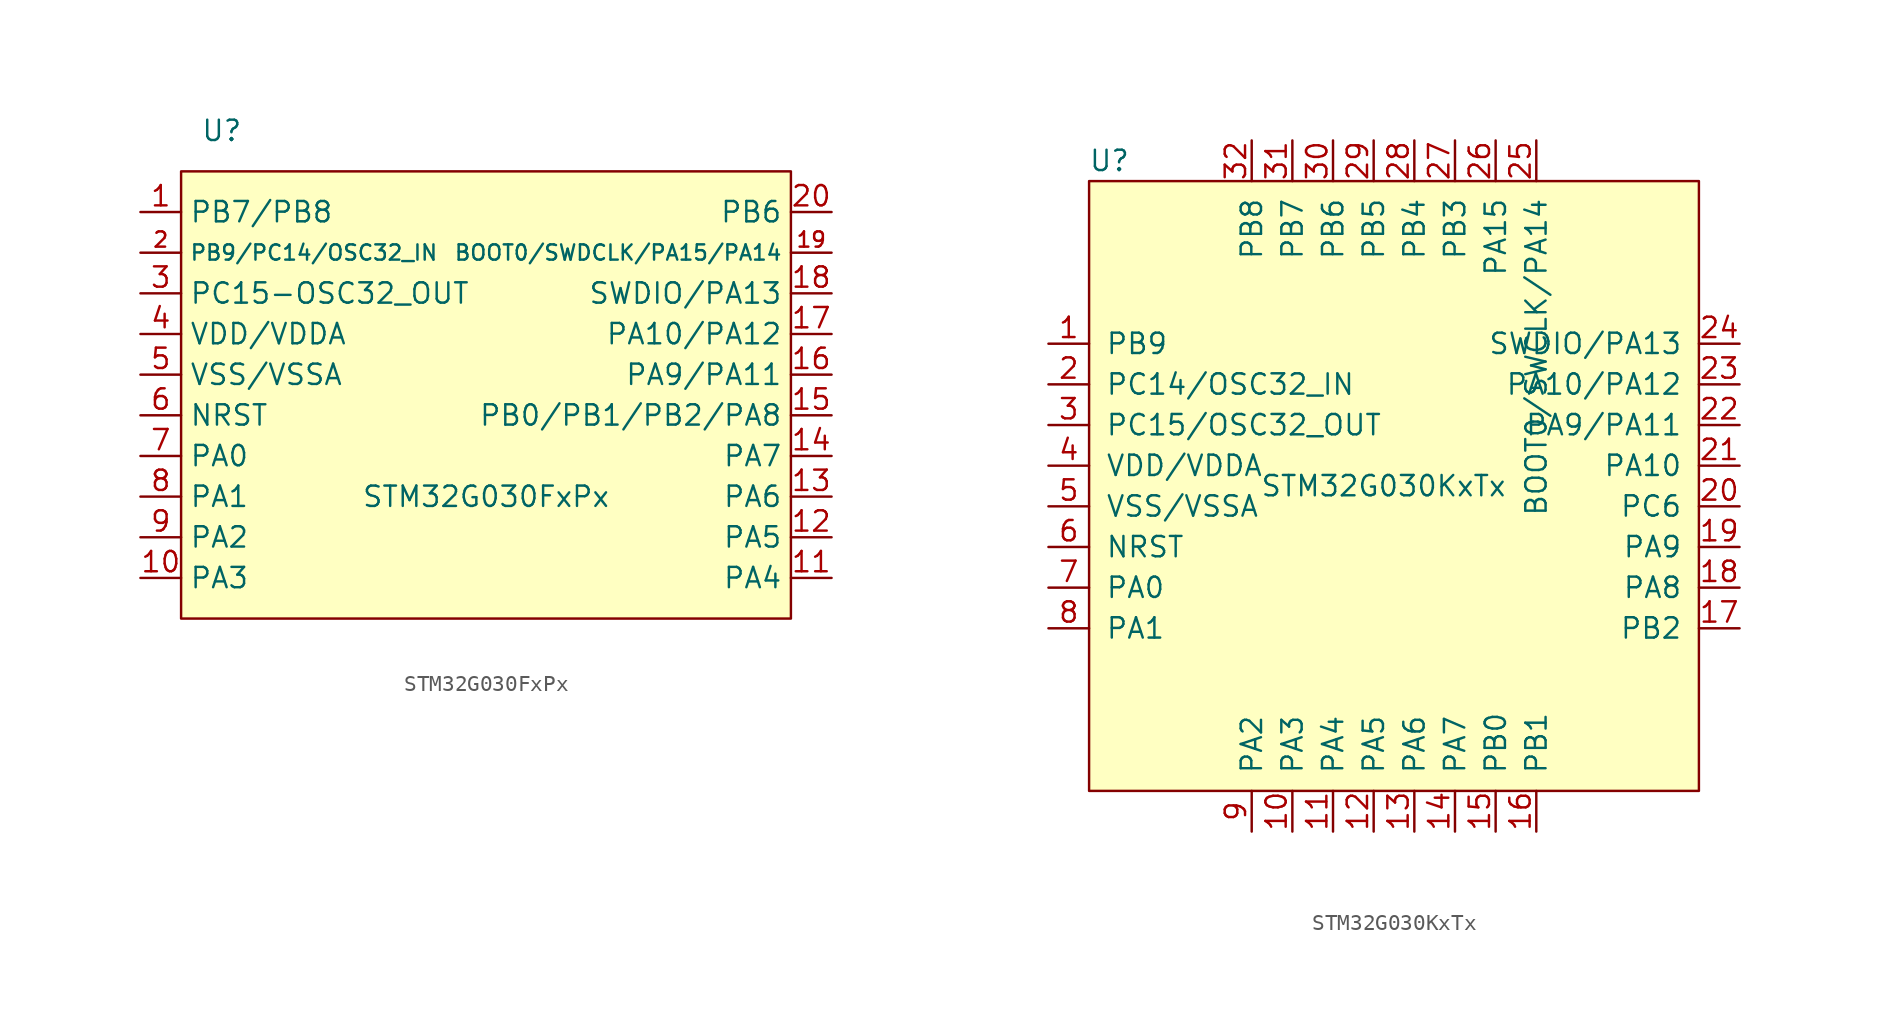
<source format=kicad_sym>
(kicad_symbol_lib
  (version 20241209)
  (generator "kicad_symbol_editor")
  (generator_version "9.0")
  (symbol "STM32G030FxPx"
    (property "Reference" "U"
      (at 2.54 30.48 0)
      (effects (font (size 1.27 1.27))))
    (property "Value" "STM32G030FxPx"
      (at 19.05 7.62 0)
      (effects (font (size 1.27 1.27))))
    (symbol "STM32G030FxPx_0_1"
      (rectangle (start 0 27.94) (end 38.1 0) (stroke (width 0) (type default)) (fill (type background))))
    (symbol "STM32G030FxPx_1_1"
      (pin bidirectional line (at -2.54 25.4 0) (length 2.54) (name "PB7/PB8" (effects (font (size 1.27 1.27)))) (number "1" (effects (font (size 1.27 1.27)))))
      (pin bidirectional line (at -2.54 22.86 0) (length 2.54) (name "PB9/PC14/OSC32_IN" (effects (font (size 0.953 0.953)))) (number "2" (effects (font (size 0.953 0.953)))))
      (pin bidirectional line (at -2.54 20.32 0) (length 2.54) (name "PC15-OSC32_OUT" (effects (font (size 1.27 1.27)))) (number "3" (effects (font (size 1.27 1.27)))))
      (pin power_in line (at -2.54 17.78 0) (length 2.54) (name "VDD/VDDA" (effects (font (size 1.27 1.27)))) (number "4" (effects (font (size 1.27 1.27)))))
      (pin power_in line (at -2.54 15.24 0) (length 2.54) (name "VSS/VSSA" (effects (font (size 1.27 1.27)))) (number "5" (effects (font (size 1.27 1.27)))))
      (pin bidirectional line (at -2.54 12.7 0) (length 2.54) (name "NRST" (effects (font (size 1.27 1.27)))) (number "6" (effects (font (size 1.27 1.27)))))
      (pin bidirectional line (at -2.54 10.16 0) (length 2.54) (name "PA0" (effects (font (size 1.27 1.27)))) (number "7" (effects (font (size 1.27 1.27)))))
      (pin bidirectional line (at -2.54 7.62 0) (length 2.54) (name "PA1" (effects (font (size 1.27 1.27)))) (number "8" (effects (font (size 1.27 1.27)))))
      (pin bidirectional line (at -2.54 5.08 0) (length 2.54) (name "PA2" (effects (font (size 1.27 1.27)))) (number "9" (effects (font (size 1.27 1.27)))))
      (pin bidirectional line (at -2.54 2.54 0) (length 2.54) (name "PA3" (effects (font (size 1.27 1.27)))) (number "10" (effects (font (size 1.27 1.27)))))
      (pin bidirectional line (at 40.64 25.4 180) (length 2.54) (name "PB6" (effects (font (size 1.27 1.27)))) (number "20" (effects (font (size 1.27 1.27)))))
      (pin bidirectional line (at 40.64 22.86 180) (length 2.54) (name "BOOT0/SWDCLK/PA15/PA14" (effects (font (size 0.953 0.953)))) (number "19" (effects (font (size 0.953 0.953)))))
      (pin bidirectional line (at 40.64 20.32 180) (length 2.54) (name "SWDIO/PA13" (effects (font (size 1.27 1.27)))) (number "18" (effects (font (size 1.27 1.27)))))
      (pin bidirectional line (at 40.64 17.78 180) (length 2.54) (name "PA10/PA12" (effects (font (size 1.27 1.27)))) (number "17" (effects (font (size 1.27 1.27)))))
      (pin bidirectional line (at 40.64 15.24 180) (length 2.54) (name "PA9/PA11" (effects (font (size 1.27 1.27)))) (number "16" (effects (font (size 1.27 1.27)))))
      (pin bidirectional line (at 40.64 12.7 180) (length 2.54) (name "PB0/PB1/PB2/PA8" (effects (font (size 1.27 1.27)))) (number "15" (effects (font (size 1.27 1.27)))))
      (pin bidirectional line (at 40.64 10.16 180) (length 2.54) (name "PA7" (effects (font (size 1.27 1.27)))) (number "14" (effects (font (size 1.27 1.27)))))
      (pin bidirectional line (at 40.64 7.62 180) (length 2.54) (name "PA6" (effects (font (size 1.27 1.27)))) (number "13" (effects (font (size 1.27 1.27)))))
      (pin bidirectional line (at 40.64 5.08 180) (length 2.54) (name "PA5" (effects (font (size 1.27 1.27)))) (number "12" (effects (font (size 1.27 1.27)))))
      (pin bidirectional line (at 40.64 2.54 180) (length 2.54) (name "PA4" (effects (font (size 1.27 1.27)))) (number "11" (effects (font (size 1.27 1.27)))))))
  (symbol "STM32G030KxTx"
    (pin_names
      (offset 1.016))
    (property "Reference" "U"
      (at 1.27 39.37 0)
      (effects (font (size 1.27 1.27))))
    (property "Value" "STM32G030KxTx"
      (at 18.395 19.05 0)
      (effects (font (size 1.27 1.27))))
    (symbol "STM32G030KxTx_0_1"
      (rectangle (start 0 38.1) (end 38.1 0) (stroke (width 0) (type default)) (fill (type background))))
    (symbol "STM32G030KxTx_1_1"
      (pin bidirectional line (at -2.54 27.94 0) (length 2.54) (name "PB9" (effects (font (size 1.27 1.27)))) (number "1" (effects (font (size 1.27 1.27)))))
      (pin bidirectional line (at -2.54 25.4 0) (length 2.54) (name "PC14/OSC32_IN" (effects (font (size 1.27 1.27)))) (number "2" (effects (font (size 1.27 1.27)))))
      (pin bidirectional line (at -2.54 22.86 0) (length 2.54) (name "PC15/OSC32_OUT" (effects (font (size 1.27 1.27)))) (number "3" (effects (font (size 1.27 1.27)))))
      (pin power_in line (at -2.54 20.32 0) (length 2.54) (name "VDD/VDDA" (effects (font (size 1.27 1.27)))) (number "4" (effects (font (size 1.27 1.27)))))
      (pin power_in line (at -2.54 17.78 0) (length 2.54) (name "VSS/VSSA" (effects (font (size 1.27 1.27)))) (number "5" (effects (font (size 1.27 1.27)))))
      (pin bidirectional line (at -2.54 15.24 0) (length 2.54) (name "NRST" (effects (font (size 1.27 1.27)))) (number "6" (effects (font (size 1.27 1.27)))))
      (pin bidirectional line (at -2.54 12.7 0) (length 2.54) (name "PA0" (effects (font (size 1.27 1.27)))) (number "7" (effects (font (size 1.27 1.27)))))
      (pin bidirectional line (at -2.54 10.16 0) (length 2.54) (name "PA1" (effects (font (size 1.27 1.27)))) (number "8" (effects (font (size 1.27 1.27)))))
      (pin bidirectional line (at 10.16 40.64 270) (length 2.54) (name "PB8" (effects (font (size 1.27 1.27)))) (number "32" (effects (font (size 1.27 1.27)))))
      (pin bidirectional line (at 10.16 -2.54 90) (length 2.54) (name "PA2" (effects (font (size 1.27 1.27)))) (number "9" (effects (font (size 1.27 1.27)))))
      (pin bidirectional line (at 12.7 40.64 270) (length 2.54) (name "PB7" (effects (font (size 1.27 1.27)))) (number "31" (effects (font (size 1.27 1.27)))))
      (pin bidirectional line (at 12.7 -2.54 90) (length 2.54) (name "PA3" (effects (font (size 1.27 1.27)))) (number "10" (effects (font (size 1.27 1.27)))))
      (pin bidirectional line (at 15.24 40.64 270) (length 2.54) (name "PB6" (effects (font (size 1.27 1.27)))) (number "30" (effects (font (size 1.27 1.27)))))
      (pin bidirectional line (at 15.24 -2.54 90) (length 2.54) (name "PA4" (effects (font (size 1.27 1.27)))) (number "11" (effects (font (size 1.27 1.27)))))
      (pin bidirectional line (at 17.78 40.64 270) (length 2.54) (name "PB5" (effects (font (size 1.27 1.27)))) (number "29" (effects (font (size 1.27 1.27)))))
      (pin bidirectional line (at 17.78 -2.54 90) (length 2.54) (name "PA5" (effects (font (size 1.27 1.27)))) (number "12" (effects (font (size 1.27 1.27)))))
      (pin bidirectional line (at 20.32 40.64 270) (length 2.54) (name "PB4" (effects (font (size 1.27 1.27)))) (number "28" (effects (font (size 1.27 1.27)))))
      (pin bidirectional line (at 20.32 -2.54 90) (length 2.54) (name "PA6" (effects (font (size 1.27 1.27)))) (number "13" (effects (font (size 1.27 1.27)))))
      (pin bidirectional line (at 22.86 40.64 270) (length 2.54) (name "PB3" (effects (font (size 1.27 1.27)))) (number "27" (effects (font (size 1.27 1.27)))))
      (pin bidirectional line (at 22.86 -2.54 90) (length 2.54) (name "PA7" (effects (font (size 1.27 1.27)))) (number "14" (effects (font (size 1.27 1.27)))))
      (pin bidirectional line (at 25.4 40.64 270) (length 2.54) (name "PA15" (effects (font (size 1.27 1.27)))) (number "26" (effects (font (size 1.27 1.27)))))
      (pin bidirectional line (at 25.4 -2.54 90) (length 2.54) (name "PB0" (effects (font (size 1.27 1.27)))) (number "15" (effects (font (size 1.27 1.27)))))
      (pin bidirectional line (at 27.94 40.64 270) (length 2.54) (name "BOOT0/SWCLK/PA14" (effects (font (size 1.27 1.27)))) (number "25" (effects (font (size 1.27 1.27)))))
      (pin bidirectional line (at 27.94 -2.54 90) (length 2.54) (name "PB1" (effects (font (size 1.27 1.27)))) (number "16" (effects (font (size 1.27 1.27)))))
      (pin bidirectional line (at 40.64 27.94 180) (length 2.54) (name "SWDIO/PA13" (effects (font (size 1.27 1.27)))) (number "24" (effects (font (size 1.27 1.27)))))
      (pin bidirectional line (at 40.64 25.4 180) (length 2.54) (name "PA10/PA12" (effects (font (size 1.27 1.27)))) (number "23" (effects (font (size 1.27 1.27)))))
      (pin bidirectional line (at 40.64 22.86 180) (length 2.54) (name "PA9/PA11" (effects (font (size 1.27 1.27)))) (number "22" (effects (font (size 1.27 1.27)))))
      (pin bidirectional line (at 40.64 20.32 180) (length 2.54) (name "PA10" (effects (font (size 1.27 1.27)))) (number "21" (effects (font (size 1.27 1.27)))))
      (pin bidirectional line (at 40.64 17.78 180) (length 2.54) (name "PC6" (effects (font (size 1.27 1.27)))) (number "20" (effects (font (size 1.27 1.27)))))
      (pin bidirectional line (at 40.64 15.24 180) (length 2.54) (name "PA9" (effects (font (size 1.27 1.27)))) (number "19" (effects (font (size 1.27 1.27)))))
      (pin bidirectional line (at 40.64 12.7 180) (length 2.54) (name "PA8" (effects (font (size 1.27 1.27)))) (number "18" (effects (font (size 1.27 1.27)))))
      (pin bidirectional line (at 40.64 10.16 180) (length 2.54) (name "PB2" (effects (font (size 1.27 1.27)))) (number "17" (effects (font (size 1.27 1.27))))))))
</source>
